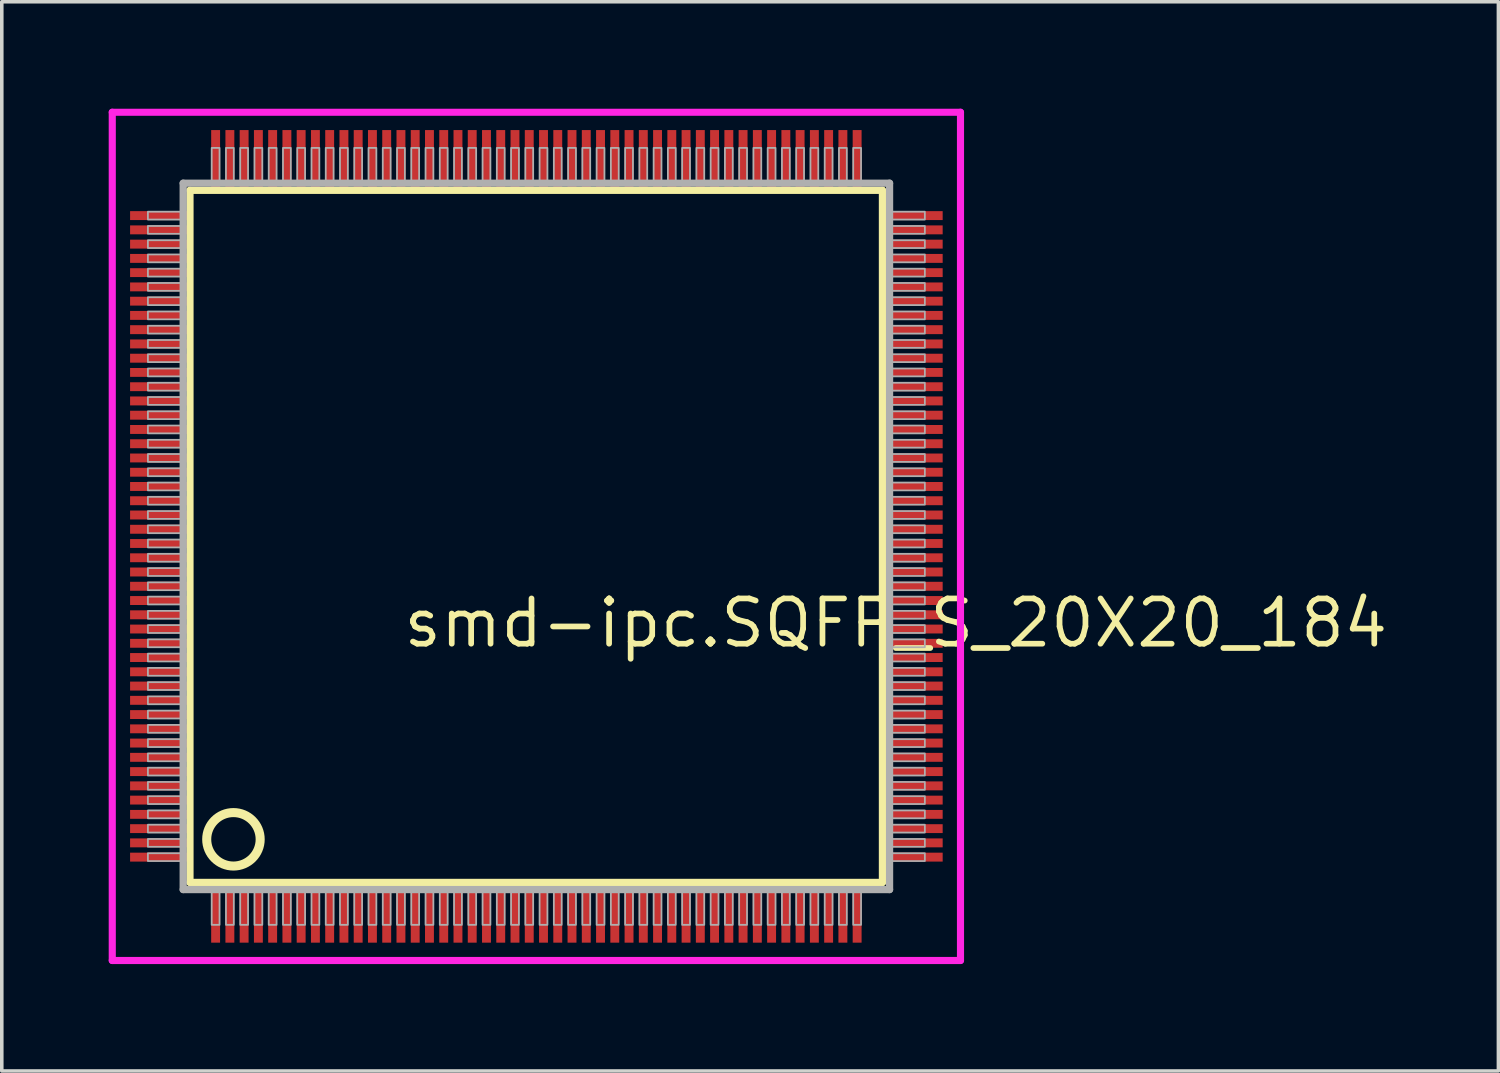
<source format=kicad_pcb>
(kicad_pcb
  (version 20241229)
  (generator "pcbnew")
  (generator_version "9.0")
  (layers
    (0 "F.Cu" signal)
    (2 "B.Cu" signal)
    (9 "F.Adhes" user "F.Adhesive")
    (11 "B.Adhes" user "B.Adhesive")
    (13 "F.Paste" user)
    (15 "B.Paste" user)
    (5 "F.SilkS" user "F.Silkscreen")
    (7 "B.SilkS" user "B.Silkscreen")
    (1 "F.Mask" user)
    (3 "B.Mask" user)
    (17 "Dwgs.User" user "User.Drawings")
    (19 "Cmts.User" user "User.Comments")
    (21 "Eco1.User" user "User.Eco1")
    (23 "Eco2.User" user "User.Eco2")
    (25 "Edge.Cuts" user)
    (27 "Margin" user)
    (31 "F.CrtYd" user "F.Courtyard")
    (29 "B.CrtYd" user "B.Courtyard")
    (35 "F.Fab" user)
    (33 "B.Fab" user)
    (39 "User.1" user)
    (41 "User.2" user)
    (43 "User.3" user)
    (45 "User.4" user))
  (footprint "smd-ipc.SQFP_S_20X20_184"
    (layer "F.Cu")
    (at 12 12)
    (property "Reference" "smd-ipc.SQFP_S_20X20_184" (at -3.81 3.175 0) (layer "F.SilkS") (effects (font (size 1.27 1.27) (thickness 0.16)) (justify left bottom)))
    (attr smd)
    (fp_line (start -9.72 -9.71) (end 9.71 -9.71) (stroke (width 0.203) (type default)) (layer "F.SilkS"))
    (fp_line (start -9.72 9.71) (end -9.72 -9.71) (stroke (width 0.203) (type default)) (layer "F.SilkS"))
    (fp_line (start 9.71 -9.71) (end 9.71 9.71) (stroke (width 0.203) (type default)) (layer "F.SilkS"))
    (fp_line (start 9.71 9.71) (end -9.72 9.71) (stroke (width 0.203) (type default)) (layer "F.SilkS"))
    (fp_circle (center -8.5 8.5) (end -7.75 8.5) (stroke (width 0.254) (type default)) (fill no) (layer "F.SilkS"))
    (fp_line (start -11.9 -11.9) (end 11.9 -11.9) (stroke (width 0.2) (type default)) (layer "F.CrtYd"))
    (fp_line (start -11.9 11.9) (end -11.9 -11.9) (stroke (width 0.2) (type default)) (layer "F.CrtYd"))
    (fp_line (start 11.9 -11.9) (end 11.9 11.9) (stroke (width 0.2) (type default)) (layer "F.CrtYd"))
    (fp_line (start 11.9 11.9) (end -11.9 11.9) (stroke (width 0.2) (type default)) (layer "F.CrtYd"))
    (fp_line (start -9.91 -9.91) (end -9.91 9.91) (stroke (width 0.203) (type default)) (layer "F.Fab"))
    (fp_line (start -9.91 9.91) (end 9.91 9.91) (stroke (width 0.203) (type default)) (layer "F.Fab"))
    (fp_line (start 9.91 -9.91) (end -9.91 -9.91) (stroke (width 0.203) (type default)) (layer "F.Fab"))
    (fp_line (start 9.91 9.91) (end 9.91 -9.91) (stroke (width 0.203) (type default)) (layer "F.Fab"))
    (fp_rect (start -10.9 -8.89) (end -9.95 -9.11) (stroke (width 0.05) (type default)) (fill no) (layer "F.Fab"))
    (fp_rect (start -10.9 -8.49) (end -9.95 -8.71) (stroke (width 0.05) (type default)) (fill no) (layer "F.Fab"))
    (fp_rect (start -10.9 -8.09) (end -9.95 -8.31) (stroke (width 0.05) (type default)) (fill no) (layer "F.Fab"))
    (fp_rect (start -10.9 -7.69) (end -9.95 -7.91) (stroke (width 0.05) (type default)) (fill no) (layer "F.Fab"))
    (fp_rect (start -10.9 -7.29) (end -9.95 -7.51) (stroke (width 0.05) (type default)) (fill no) (layer "F.Fab"))
    (fp_rect (start -10.9 -6.89) (end -9.95 -7.11) (stroke (width 0.05) (type default)) (fill no) (layer "F.Fab"))
    (fp_rect (start -10.9 -6.49) (end -9.95 -6.71) (stroke (width 0.05) (type default)) (fill no) (layer "F.Fab"))
    (fp_rect (start -10.9 -6.09) (end -9.95 -6.31) (stroke (width 0.05) (type default)) (fill no) (layer "F.Fab"))
    (fp_rect (start -10.9 -5.69) (end -9.95 -5.91) (stroke (width 0.05) (type default)) (fill no) (layer "F.Fab"))
    (fp_rect (start -10.9 -5.29) (end -9.95 -5.51) (stroke (width 0.05) (type default)) (fill no) (layer "F.Fab"))
    (fp_rect (start -10.9 -4.89) (end -9.95 -5.11) (stroke (width 0.05) (type default)) (fill no) (layer "F.Fab"))
    (fp_rect (start -10.9 -4.49) (end -9.95 -4.71) (stroke (width 0.05) (type default)) (fill no) (layer "F.Fab"))
    (fp_rect (start -10.9 -4.09) (end -9.95 -4.31) (stroke (width 0.05) (type default)) (fill no) (layer "F.Fab"))
    (fp_rect (start -10.9 -3.69) (end -9.95 -3.91) (stroke (width 0.05) (type default)) (fill no) (layer "F.Fab"))
    (fp_rect (start -10.9 -3.29) (end -9.95 -3.51) (stroke (width 0.05) (type default)) (fill no) (layer "F.Fab"))
    (fp_rect (start -10.9 -2.89) (end -9.95 -3.11) (stroke (width 0.05) (type default)) (fill no) (layer "F.Fab"))
    (fp_rect (start -10.9 -2.49) (end -9.95 -2.71) (stroke (width 0.05) (type default)) (fill no) (layer "F.Fab"))
    (fp_rect (start -10.9 -2.09) (end -9.95 -2.31) (stroke (width 0.05) (type default)) (fill no) (layer "F.Fab"))
    (fp_rect (start -10.9 -1.69) (end -9.95 -1.91) (stroke (width 0.05) (type default)) (fill no) (layer "F.Fab"))
    (fp_rect (start -10.9 -1.29) (end -9.95 -1.51) (stroke (width 0.05) (type default)) (fill no) (layer "F.Fab"))
    (fp_rect (start -10.9 -0.89) (end -9.95 -1.11) (stroke (width 0.05) (type default)) (fill no) (layer "F.Fab"))
    (fp_rect (start -10.9 -0.49) (end -9.95 -0.71) (stroke (width 0.05) (type default)) (fill no) (layer "F.Fab"))
    (fp_rect (start -10.9 -0.09) (end -9.95 -0.31) (stroke (width 0.05) (type default)) (fill no) (layer "F.Fab"))
    (fp_rect (start -10.9 0.31) (end -9.95 0.09) (stroke (width 0.05) (type default)) (fill no) (layer "F.Fab"))
    (fp_rect (start -10.9 0.71) (end -9.95 0.49) (stroke (width 0.05) (type default)) (fill no) (layer "F.Fab"))
    (fp_rect (start -10.9 1.11) (end -9.95 0.89) (stroke (width 0.05) (type default)) (fill no) (layer "F.Fab"))
    (fp_rect (start -10.9 1.51) (end -9.95 1.29) (stroke (width 0.05) (type default)) (fill no) (layer "F.Fab"))
    (fp_rect (start -10.9 1.91) (end -9.95 1.69) (stroke (width 0.05) (type default)) (fill no) (layer "F.Fab"))
    (fp_rect (start -10.9 2.31) (end -9.95 2.09) (stroke (width 0.05) (type default)) (fill no) (layer "F.Fab"))
    (fp_rect (start -10.9 2.71) (end -9.95 2.49) (stroke (width 0.05) (type default)) (fill no) (layer "F.Fab"))
    (fp_rect (start -10.9 3.11) (end -9.95 2.89) (stroke (width 0.05) (type default)) (fill no) (layer "F.Fab"))
    (fp_rect (start -10.9 3.51) (end -9.95 3.29) (stroke (width 0.05) (type default)) (fill no) (layer "F.Fab"))
    (fp_rect (start -10.9 3.91) (end -9.95 3.69) (stroke (width 0.05) (type default)) (fill no) (layer "F.Fab"))
    (fp_rect (start -10.9 4.31) (end -9.95 4.09) (stroke (width 0.05) (type default)) (fill no) (layer "F.Fab"))
    (fp_rect (start -10.9 4.71) (end -9.95 4.49) (stroke (width 0.05) (type default)) (fill no) (layer "F.Fab"))
    (fp_rect (start -10.9 5.11) (end -9.95 4.89) (stroke (width 0.05) (type default)) (fill no) (layer "F.Fab"))
    (fp_rect (start -10.9 5.51) (end -9.95 5.29) (stroke (width 0.05) (type default)) (fill no) (layer "F.Fab"))
    (fp_rect (start -10.9 5.91) (end -9.95 5.69) (stroke (width 0.05) (type default)) (fill no) (layer "F.Fab"))
    (fp_rect (start -10.9 6.31) (end -9.95 6.09) (stroke (width 0.05) (type default)) (fill no) (layer "F.Fab"))
    (fp_rect (start -10.9 6.71) (end -9.95 6.49) (stroke (width 0.05) (type default)) (fill no) (layer "F.Fab"))
    (fp_rect (start -10.9 7.11) (end -9.95 6.89) (stroke (width 0.05) (type default)) (fill no) (layer "F.Fab"))
    (fp_rect (start -10.9 7.51) (end -9.95 7.29) (stroke (width 0.05) (type default)) (fill no) (layer "F.Fab"))
    (fp_rect (start -10.9 7.91) (end -9.95 7.69) (stroke (width 0.05) (type default)) (fill no) (layer "F.Fab"))
    (fp_rect (start -10.9 8.31) (end -9.95 8.09) (stroke (width 0.05) (type default)) (fill no) (layer "F.Fab"))
    (fp_rect (start -10.9 8.71) (end -9.95 8.49) (stroke (width 0.05) (type default)) (fill no) (layer "F.Fab"))
    (fp_rect (start -10.9 9.11) (end -9.95 8.89) (stroke (width 0.05) (type default)) (fill no) (layer "F.Fab"))
    (fp_rect (start -9.11 -9.95) (end -8.89 -10.9) (stroke (width 0.05) (type default)) (fill no) (layer "F.Fab"))
    (fp_rect (start -9.11 10.9) (end -8.89 9.95) (stroke (width 0.05) (type default)) (fill no) (layer "F.Fab"))
    (fp_rect (start -8.71 -9.95) (end -8.49 -10.9) (stroke (width 0.05) (type default)) (fill no) (layer "F.Fab"))
    (fp_rect (start -8.71 10.9) (end -8.49 9.95) (stroke (width 0.05) (type default)) (fill no) (layer "F.Fab"))
    (fp_rect (start -8.31 -9.95) (end -8.09 -10.9) (stroke (width 0.05) (type default)) (fill no) (layer "F.Fab"))
    (fp_rect (start -8.31 10.9) (end -8.09 9.95) (stroke (width 0.05) (type default)) (fill no) (layer "F.Fab"))
    (fp_rect (start -7.91 -9.95) (end -7.69 -10.9) (stroke (width 0.05) (type default)) (fill no) (layer "F.Fab"))
    (fp_rect (start -7.91 10.9) (end -7.69 9.95) (stroke (width 0.05) (type default)) (fill no) (layer "F.Fab"))
    (fp_rect (start -7.51 -9.95) (end -7.29 -10.9) (stroke (width 0.05) (type default)) (fill no) (layer "F.Fab"))
    (fp_rect (start -7.51 10.9) (end -7.29 9.95) (stroke (width 0.05) (type default)) (fill no) (layer "F.Fab"))
    (fp_rect (start -7.11 -9.95) (end -6.89 -10.9) (stroke (width 0.05) (type default)) (fill no) (layer "F.Fab"))
    (fp_rect (start -7.11 10.9) (end -6.89 9.95) (stroke (width 0.05) (type default)) (fill no) (layer "F.Fab"))
    (fp_rect (start -6.71 -9.95) (end -6.49 -10.9) (stroke (width 0.05) (type default)) (fill no) (layer "F.Fab"))
    (fp_rect (start -6.71 10.9) (end -6.49 9.95) (stroke (width 0.05) (type default)) (fill no) (layer "F.Fab"))
    (fp_rect (start -6.31 -9.95) (end -6.09 -10.9) (stroke (width 0.05) (type default)) (fill no) (layer "F.Fab"))
    (fp_rect (start -6.31 10.9) (end -6.09 9.95) (stroke (width 0.05) (type default)) (fill no) (layer "F.Fab"))
    (fp_rect (start -5.91 -9.95) (end -5.69 -10.9) (stroke (width 0.05) (type default)) (fill no) (layer "F.Fab"))
    (fp_rect (start -5.91 10.9) (end -5.69 9.95) (stroke (width 0.05) (type default)) (fill no) (layer "F.Fab"))
    (fp_rect (start -5.51 -9.95) (end -5.29 -10.9) (stroke (width 0.05) (type default)) (fill no) (layer "F.Fab"))
    (fp_rect (start -5.51 10.9) (end -5.29 9.95) (stroke (width 0.05) (type default)) (fill no) (layer "F.Fab"))
    (fp_rect (start -5.11 -9.95) (end -4.89 -10.9) (stroke (width 0.05) (type default)) (fill no) (layer "F.Fab"))
    (fp_rect (start -5.11 10.9) (end -4.89 9.95) (stroke (width 0.05) (type default)) (fill no) (layer "F.Fab"))
    (fp_rect (start -4.71 -9.95) (end -4.49 -10.9) (stroke (width 0.05) (type default)) (fill no) (layer "F.Fab"))
    (fp_rect (start -4.71 10.9) (end -4.49 9.95) (stroke (width 0.05) (type default)) (fill no) (layer "F.Fab"))
    (fp_rect (start -4.31 -9.95) (end -4.09 -10.9) (stroke (width 0.05) (type default)) (fill no) (layer "F.Fab"))
    (fp_rect (start -4.31 10.9) (end -4.09 9.95) (stroke (width 0.05) (type default)) (fill no) (layer "F.Fab"))
    (fp_rect (start -3.91 -9.95) (end -3.69 -10.9) (stroke (width 0.05) (type default)) (fill no) (layer "F.Fab"))
    (fp_rect (start -3.91 10.9) (end -3.69 9.95) (stroke (width 0.05) (type default)) (fill no) (layer "F.Fab"))
    (fp_rect (start -3.51 -9.95) (end -3.29 -10.9) (stroke (width 0.05) (type default)) (fill no) (layer "F.Fab"))
    (fp_rect (start -3.51 10.9) (end -3.29 9.95) (stroke (width 0.05) (type default)) (fill no) (layer "F.Fab"))
    (fp_rect (start -3.11 -9.95) (end -2.89 -10.9) (stroke (width 0.05) (type default)) (fill no) (layer "F.Fab"))
    (fp_rect (start -3.11 10.9) (end -2.89 9.95) (stroke (width 0.05) (type default)) (fill no) (layer "F.Fab"))
    (fp_rect (start -2.71 -9.95) (end -2.49 -10.9) (stroke (width 0.05) (type default)) (fill no) (layer "F.Fab"))
    (fp_rect (start -2.71 10.9) (end -2.49 9.95) (stroke (width 0.05) (type default)) (fill no) (layer "F.Fab"))
    (fp_rect (start -2.31 -9.95) (end -2.09 -10.9) (stroke (width 0.05) (type default)) (fill no) (layer "F.Fab"))
    (fp_rect (start -2.31 10.9) (end -2.09 9.95) (stroke (width 0.05) (type default)) (fill no) (layer "F.Fab"))
    (fp_rect (start -1.91 -9.95) (end -1.69 -10.9) (stroke (width 0.05) (type default)) (fill no) (layer "F.Fab"))
    (fp_rect (start -1.91 10.9) (end -1.69 9.95) (stroke (width 0.05) (type default)) (fill no) (layer "F.Fab"))
    (fp_rect (start -1.51 -9.95) (end -1.29 -10.9) (stroke (width 0.05) (type default)) (fill no) (layer "F.Fab"))
    (fp_rect (start -1.51 10.9) (end -1.29 9.95) (stroke (width 0.05) (type default)) (fill no) (layer "F.Fab"))
    (fp_rect (start -1.11 -9.95) (end -0.89 -10.9) (stroke (width 0.05) (type default)) (fill no) (layer "F.Fab"))
    (fp_rect (start -1.11 10.9) (end -0.89 9.95) (stroke (width 0.05) (type default)) (fill no) (layer "F.Fab"))
    (fp_rect (start -0.71 -9.95) (end -0.49 -10.9) (stroke (width 0.05) (type default)) (fill no) (layer "F.Fab"))
    (fp_rect (start -0.71 10.9) (end -0.49 9.95) (stroke (width 0.05) (type default)) (fill no) (layer "F.Fab"))
    (fp_rect (start -0.31 -9.95) (end -0.09 -10.9) (stroke (width 0.05) (type default)) (fill no) (layer "F.Fab"))
    (fp_rect (start -0.31 10.9) (end -0.09 9.95) (stroke (width 0.05) (type default)) (fill no) (layer "F.Fab"))
    (fp_rect (start 0.09 -9.95) (end 0.31 -10.9) (stroke (width 0.05) (type default)) (fill no) (layer "F.Fab"))
    (fp_rect (start 0.09 10.9) (end 0.31 9.95) (stroke (width 0.05) (type default)) (fill no) (layer "F.Fab"))
    (fp_rect (start 0.49 -9.95) (end 0.71 -10.9) (stroke (width 0.05) (type default)) (fill no) (layer "F.Fab"))
    (fp_rect (start 0.49 10.9) (end 0.71 9.95) (stroke (width 0.05) (type default)) (fill no) (layer "F.Fab"))
    (fp_rect (start 0.89 -9.95) (end 1.11 -10.9) (stroke (width 0.05) (type default)) (fill no) (layer "F.Fab"))
    (fp_rect (start 0.89 10.9) (end 1.11 9.95) (stroke (width 0.05) (type default)) (fill no) (layer "F.Fab"))
    (fp_rect (start 1.29 -9.95) (end 1.51 -10.9) (stroke (width 0.05) (type default)) (fill no) (layer "F.Fab"))
    (fp_rect (start 1.29 10.9) (end 1.51 9.95) (stroke (width 0.05) (type default)) (fill no) (layer "F.Fab"))
    (fp_rect (start 1.69 -9.95) (end 1.91 -10.9) (stroke (width 0.05) (type default)) (fill no) (layer "F.Fab"))
    (fp_rect (start 1.69 10.9) (end 1.91 9.95) (stroke (width 0.05) (type default)) (fill no) (layer "F.Fab"))
    (fp_rect (start 2.09 -9.95) (end 2.31 -10.9) (stroke (width 0.05) (type default)) (fill no) (layer "F.Fab"))
    (fp_rect (start 2.09 10.9) (end 2.31 9.95) (stroke (width 0.05) (type default)) (fill no) (layer "F.Fab"))
    (fp_rect (start 2.49 -9.95) (end 2.71 -10.9) (stroke (width 0.05) (type default)) (fill no) (layer "F.Fab"))
    (fp_rect (start 2.49 10.9) (end 2.71 9.95) (stroke (width 0.05) (type default)) (fill no) (layer "F.Fab"))
    (fp_rect (start 2.89 -9.95) (end 3.11 -10.9) (stroke (width 0.05) (type default)) (fill no) (layer "F.Fab"))
    (fp_rect (start 2.89 10.9) (end 3.11 9.95) (stroke (width 0.05) (type default)) (fill no) (layer "F.Fab"))
    (fp_rect (start 3.29 -9.95) (end 3.51 -10.9) (stroke (width 0.05) (type default)) (fill no) (layer "F.Fab"))
    (fp_rect (start 3.29 10.9) (end 3.51 9.95) (stroke (width 0.05) (type default)) (fill no) (layer "F.Fab"))
    (fp_rect (start 3.69 -9.95) (end 3.91 -10.9) (stroke (width 0.05) (type default)) (fill no) (layer "F.Fab"))
    (fp_rect (start 3.69 10.9) (end 3.91 9.95) (stroke (width 0.05) (type default)) (fill no) (layer "F.Fab"))
    (fp_rect (start 4.09 -9.95) (end 4.31 -10.9) (stroke (width 0.05) (type default)) (fill no) (layer "F.Fab"))
    (fp_rect (start 4.09 10.9) (end 4.31 9.95) (stroke (width 0.05) (type default)) (fill no) (layer "F.Fab"))
    (fp_rect (start 4.49 -9.95) (end 4.71 -10.9) (stroke (width 0.05) (type default)) (fill no) (layer "F.Fab"))
    (fp_rect (start 4.49 10.9) (end 4.71 9.95) (stroke (width 0.05) (type default)) (fill no) (layer "F.Fab"))
    (fp_rect (start 4.89 -9.95) (end 5.11 -10.9) (stroke (width 0.05) (type default)) (fill no) (layer "F.Fab"))
    (fp_rect (start 4.89 10.9) (end 5.11 9.95) (stroke (width 0.05) (type default)) (fill no) (layer "F.Fab"))
    (fp_rect (start 5.29 -9.95) (end 5.51 -10.9) (stroke (width 0.05) (type default)) (fill no) (layer "F.Fab"))
    (fp_rect (start 5.29 10.9) (end 5.51 9.95) (stroke (width 0.05) (type default)) (fill no) (layer "F.Fab"))
    (fp_rect (start 5.69 -9.95) (end 5.91 -10.9) (stroke (width 0.05) (type default)) (fill no) (layer "F.Fab"))
    (fp_rect (start 5.69 10.9) (end 5.91 9.95) (stroke (width 0.05) (type default)) (fill no) (layer "F.Fab"))
    (fp_rect (start 6.09 -9.95) (end 6.31 -10.9) (stroke (width 0.05) (type default)) (fill no) (layer "F.Fab"))
    (fp_rect (start 6.09 10.9) (end 6.31 9.95) (stroke (width 0.05) (type default)) (fill no) (layer "F.Fab"))
    (fp_rect (start 6.49 -9.95) (end 6.71 -10.9) (stroke (width 0.05) (type default)) (fill no) (layer "F.Fab"))
    (fp_rect (start 6.49 10.9) (end 6.71 9.95) (stroke (width 0.05) (type default)) (fill no) (layer "F.Fab"))
    (fp_rect (start 6.89 -9.95) (end 7.11 -10.9) (stroke (width 0.05) (type default)) (fill no) (layer "F.Fab"))
    (fp_rect (start 6.89 10.9) (end 7.11 9.95) (stroke (width 0.05) (type default)) (fill no) (layer "F.Fab"))
    (fp_rect (start 7.29 -9.95) (end 7.51 -10.9) (stroke (width 0.05) (type default)) (fill no) (layer "F.Fab"))
    (fp_rect (start 7.29 10.9) (end 7.51 9.95) (stroke (width 0.05) (type default)) (fill no) (layer "F.Fab"))
    (fp_rect (start 7.69 -9.95) (end 7.91 -10.9) (stroke (width 0.05) (type default)) (fill no) (layer "F.Fab"))
    (fp_rect (start 7.69 10.9) (end 7.91 9.95) (stroke (width 0.05) (type default)) (fill no) (layer "F.Fab"))
    (fp_rect (start 8.09 -9.95) (end 8.31 -10.9) (stroke (width 0.05) (type default)) (fill no) (layer "F.Fab"))
    (fp_rect (start 8.09 10.9) (end 8.31 9.95) (stroke (width 0.05) (type default)) (fill no) (layer "F.Fab"))
    (fp_rect (start 8.49 -9.95) (end 8.71 -10.9) (stroke (width 0.05) (type default)) (fill no) (layer "F.Fab"))
    (fp_rect (start 8.49 10.9) (end 8.71 9.95) (stroke (width 0.05) (type default)) (fill no) (layer "F.Fab"))
    (fp_rect (start 8.89 -9.95) (end 9.11 -10.9) (stroke (width 0.05) (type default)) (fill no) (layer "F.Fab"))
    (fp_rect (start 8.89 10.9) (end 9.11 9.95) (stroke (width 0.05) (type default)) (fill no) (layer "F.Fab"))
    (fp_rect (start 9.95 -8.89) (end 10.9 -9.11) (stroke (width 0.05) (type default)) (fill no) (layer "F.Fab"))
    (fp_rect (start 9.95 -8.49) (end 10.9 -8.71) (stroke (width 0.05) (type default)) (fill no) (layer "F.Fab"))
    (fp_rect (start 9.95 -8.09) (end 10.9 -8.31) (stroke (width 0.05) (type default)) (fill no) (layer "F.Fab"))
    (fp_rect (start 9.95 -7.69) (end 10.9 -7.91) (stroke (width 0.05) (type default)) (fill no) (layer "F.Fab"))
    (fp_rect (start 9.95 -7.29) (end 10.9 -7.51) (stroke (width 0.05) (type default)) (fill no) (layer "F.Fab"))
    (fp_rect (start 9.95 -6.89) (end 10.9 -7.11) (stroke (width 0.05) (type default)) (fill no) (layer "F.Fab"))
    (fp_rect (start 9.95 -6.49) (end 10.9 -6.71) (stroke (width 0.05) (type default)) (fill no) (layer "F.Fab"))
    (fp_rect (start 9.95 -6.09) (end 10.9 -6.31) (stroke (width 0.05) (type default)) (fill no) (layer "F.Fab"))
    (fp_rect (start 9.95 -5.69) (end 10.9 -5.91) (stroke (width 0.05) (type default)) (fill no) (layer "F.Fab"))
    (fp_rect (start 9.95 -5.29) (end 10.9 -5.51) (stroke (width 0.05) (type default)) (fill no) (layer "F.Fab"))
    (fp_rect (start 9.95 -4.89) (end 10.9 -5.11) (stroke (width 0.05) (type default)) (fill no) (layer "F.Fab"))
    (fp_rect (start 9.95 -4.49) (end 10.9 -4.71) (stroke (width 0.05) (type default)) (fill no) (layer "F.Fab"))
    (fp_rect (start 9.95 -4.09) (end 10.9 -4.31) (stroke (width 0.05) (type default)) (fill no) (layer "F.Fab"))
    (fp_rect (start 9.95 -3.69) (end 10.9 -3.91) (stroke (width 0.05) (type default)) (fill no) (layer "F.Fab"))
    (fp_rect (start 9.95 -3.29) (end 10.9 -3.51) (stroke (width 0.05) (type default)) (fill no) (layer "F.Fab"))
    (fp_rect (start 9.95 -2.89) (end 10.9 -3.11) (stroke (width 0.05) (type default)) (fill no) (layer "F.Fab"))
    (fp_rect (start 9.95 -2.49) (end 10.9 -2.71) (stroke (width 0.05) (type default)) (fill no) (layer "F.Fab"))
    (fp_rect (start 9.95 -2.09) (end 10.9 -2.31) (stroke (width 0.05) (type default)) (fill no) (layer "F.Fab"))
    (fp_rect (start 9.95 -1.69) (end 10.9 -1.91) (stroke (width 0.05) (type default)) (fill no) (layer "F.Fab"))
    (fp_rect (start 9.95 -1.29) (end 10.9 -1.51) (stroke (width 0.05) (type default)) (fill no) (layer "F.Fab"))
    (fp_rect (start 9.95 -0.89) (end 10.9 -1.11) (stroke (width 0.05) (type default)) (fill no) (layer "F.Fab"))
    (fp_rect (start 9.95 -0.49) (end 10.9 -0.71) (stroke (width 0.05) (type default)) (fill no) (layer "F.Fab"))
    (fp_rect (start 9.95 -0.09) (end 10.9 -0.31) (stroke (width 0.05) (type default)) (fill no) (layer "F.Fab"))
    (fp_rect (start 9.95 0.31) (end 10.9 0.09) (stroke (width 0.05) (type default)) (fill no) (layer "F.Fab"))
    (fp_rect (start 9.95 0.71) (end 10.9 0.49) (stroke (width 0.05) (type default)) (fill no) (layer "F.Fab"))
    (fp_rect (start 9.95 1.11) (end 10.9 0.89) (stroke (width 0.05) (type default)) (fill no) (layer "F.Fab"))
    (fp_rect (start 9.95 1.51) (end 10.9 1.29) (stroke (width 0.05) (type default)) (fill no) (layer "F.Fab"))
    (fp_rect (start 9.95 1.91) (end 10.9 1.69) (stroke (width 0.05) (type default)) (fill no) (layer "F.Fab"))
    (fp_rect (start 9.95 2.31) (end 10.9 2.09) (stroke (width 0.05) (type default)) (fill no) (layer "F.Fab"))
    (fp_rect (start 9.95 2.71) (end 10.9 2.49) (stroke (width 0.05) (type default)) (fill no) (layer "F.Fab"))
    (fp_rect (start 9.95 3.11) (end 10.9 2.89) (stroke (width 0.05) (type default)) (fill no) (layer "F.Fab"))
    (fp_rect (start 9.95 3.51) (end 10.9 3.29) (stroke (width 0.05) (type default)) (fill no) (layer "F.Fab"))
    (fp_rect (start 9.95 3.91) (end 10.9 3.69) (stroke (width 0.05) (type default)) (fill no) (layer "F.Fab"))
    (fp_rect (start 9.95 4.31) (end 10.9 4.09) (stroke (width 0.05) (type default)) (fill no) (layer "F.Fab"))
    (fp_rect (start 9.95 4.71) (end 10.9 4.49) (stroke (width 0.05) (type default)) (fill no) (layer "F.Fab"))
    (fp_rect (start 9.95 5.11) (end 10.9 4.89) (stroke (width 0.05) (type default)) (fill no) (layer "F.Fab"))
    (fp_rect (start 9.95 5.51) (end 10.9 5.29) (stroke (width 0.05) (type default)) (fill no) (layer "F.Fab"))
    (fp_rect (start 9.95 5.91) (end 10.9 5.69) (stroke (width 0.05) (type default)) (fill no) (layer "F.Fab"))
    (fp_rect (start 9.95 6.31) (end 10.9 6.09) (stroke (width 0.05) (type default)) (fill no) (layer "F.Fab"))
    (fp_rect (start 9.95 6.71) (end 10.9 6.49) (stroke (width 0.05) (type default)) (fill no) (layer "F.Fab"))
    (fp_rect (start 9.95 7.11) (end 10.9 6.89) (stroke (width 0.05) (type default)) (fill no) (layer "F.Fab"))
    (fp_rect (start 9.95 7.51) (end 10.9 7.29) (stroke (width 0.05) (type default)) (fill no) (layer "F.Fab"))
    (fp_rect (start 9.95 7.91) (end 10.9 7.69) (stroke (width 0.05) (type default)) (fill no) (layer "F.Fab"))
    (fp_rect (start 9.95 8.31) (end 10.9 8.09) (stroke (width 0.05) (type default)) (fill no) (layer "F.Fab"))
    (fp_rect (start 9.95 8.71) (end 10.9 8.49) (stroke (width 0.05) (type default)) (fill no) (layer "F.Fab"))
    (fp_rect (start 9.95 9.11) (end 10.9 8.89) (stroke (width 0.05) (type default)) (fill no) (layer "F.Fab"))
    (pad "1" smd roundrect (at -9 10.6) (size 0.25 1.6) (layers "F.Cu" "F.Mask" "F.Paste") (roundrect_rratio 0.01))
    (pad "2" smd roundrect (at -8.6 10.6) (size 0.25 1.6) (layers "F.Cu" "F.Mask" "F.Paste") (roundrect_rratio 0.01))
    (pad "3" smd roundrect (at -8.2 10.6) (size 0.25 1.6) (layers "F.Cu" "F.Mask" "F.Paste") (roundrect_rratio 0.01))
    (pad "4" smd roundrect (at -7.8 10.6) (size 0.25 1.6) (layers "F.Cu" "F.Mask" "F.Paste") (roundrect_rratio 0.01))
    (pad "5" smd roundrect (at -7.4 10.6) (size 0.25 1.6) (layers "F.Cu" "F.Mask" "F.Paste") (roundrect_rratio 0.01))
    (pad "6" smd roundrect (at -7 10.6) (size 0.25 1.6) (layers "F.Cu" "F.Mask" "F.Paste") (roundrect_rratio 0.01))
    (pad "7" smd roundrect (at -6.6 10.6) (size 0.25 1.6) (layers "F.Cu" "F.Mask" "F.Paste") (roundrect_rratio 0.01))
    (pad "8" smd roundrect (at -6.2 10.6) (size 0.25 1.6) (layers "F.Cu" "F.Mask" "F.Paste") (roundrect_rratio 0.01))
    (pad "9" smd roundrect (at -5.8 10.6) (size 0.25 1.6) (layers "F.Cu" "F.Mask" "F.Paste") (roundrect_rratio 0.01))
    (pad "10" smd roundrect (at -5.4 10.6) (size 0.25 1.6) (layers "F.Cu" "F.Mask" "F.Paste") (roundrect_rratio 0.01))
    (pad "11" smd roundrect (at -5 10.6) (size 0.25 1.6) (layers "F.Cu" "F.Mask" "F.Paste") (roundrect_rratio 0.01))
    (pad "12" smd roundrect (at -4.6 10.6) (size 0.25 1.6) (layers "F.Cu" "F.Mask" "F.Paste") (roundrect_rratio 0.01))
    (pad "13" smd roundrect (at -4.2 10.6) (size 0.25 1.6) (layers "F.Cu" "F.Mask" "F.Paste") (roundrect_rratio 0.01))
    (pad "14" smd roundrect (at -3.8 10.6) (size 0.25 1.6) (layers "F.Cu" "F.Mask" "F.Paste") (roundrect_rratio 0.01))
    (pad "15" smd roundrect (at -3.4 10.6) (size 0.25 1.6) (layers "F.Cu" "F.Mask" "F.Paste") (roundrect_rratio 0.01))
    (pad "16" smd roundrect (at -3 10.6) (size 0.25 1.6) (layers "F.Cu" "F.Mask" "F.Paste") (roundrect_rratio 0.01))
    (pad "17" smd roundrect (at -2.6 10.6) (size 0.25 1.6) (layers "F.Cu" "F.Mask" "F.Paste") (roundrect_rratio 0.01))
    (pad "18" smd roundrect (at -2.2 10.6) (size 0.25 1.6) (layers "F.Cu" "F.Mask" "F.Paste") (roundrect_rratio 0.01))
    (pad "19" smd roundrect (at -1.8 10.6) (size 0.25 1.6) (layers "F.Cu" "F.Mask" "F.Paste") (roundrect_rratio 0.01))
    (pad "20" smd roundrect (at -1.4 10.6) (size 0.25 1.6) (layers "F.Cu" "F.Mask" "F.Paste") (roundrect_rratio 0.01))
    (pad "21" smd roundrect (at -1 10.6) (size 0.25 1.6) (layers "F.Cu" "F.Mask" "F.Paste") (roundrect_rratio 0.01))
    (pad "22" smd roundrect (at -0.6 10.6) (size 0.25 1.6) (layers "F.Cu" "F.Mask" "F.Paste") (roundrect_rratio 0.01))
    (pad "23" smd roundrect (at -0.2 10.6) (size 0.25 1.6) (layers "F.Cu" "F.Mask" "F.Paste") (roundrect_rratio 0.01))
    (pad "24" smd roundrect (at 0.2 10.6) (size 0.25 1.6) (layers "F.Cu" "F.Mask" "F.Paste") (roundrect_rratio 0.01))
    (pad "25" smd roundrect (at 0.6 10.6) (size 0.25 1.6) (layers "F.Cu" "F.Mask" "F.Paste") (roundrect_rratio 0.01))
    (pad "26" smd roundrect (at 1 10.6) (size 0.25 1.6) (layers "F.Cu" "F.Mask" "F.Paste") (roundrect_rratio 0.01))
    (pad "27" smd roundrect (at 1.4 10.6) (size 0.25 1.6) (layers "F.Cu" "F.Mask" "F.Paste") (roundrect_rratio 0.01))
    (pad "28" smd roundrect (at 1.8 10.6) (size 0.25 1.6) (layers "F.Cu" "F.Mask" "F.Paste") (roundrect_rratio 0.01))
    (pad "29" smd roundrect (at 2.2 10.6) (size 0.25 1.6) (layers "F.Cu" "F.Mask" "F.Paste") (roundrect_rratio 0.01))
    (pad "30" smd roundrect (at 2.6 10.6) (size 0.25 1.6) (layers "F.Cu" "F.Mask" "F.Paste") (roundrect_rratio 0.01))
    (pad "31" smd roundrect (at 3 10.6) (size 0.25 1.6) (layers "F.Cu" "F.Mask" "F.Paste") (roundrect_rratio 0.01))
    (pad "32" smd roundrect (at 3.4 10.6) (size 0.25 1.6) (layers "F.Cu" "F.Mask" "F.Paste") (roundrect_rratio 0.01))
    (pad "33" smd roundrect (at 3.8 10.6) (size 0.25 1.6) (layers "F.Cu" "F.Mask" "F.Paste") (roundrect_rratio 0.01))
    (pad "34" smd roundrect (at 4.2 10.6) (size 0.25 1.6) (layers "F.Cu" "F.Mask" "F.Paste") (roundrect_rratio 0.01))
    (pad "35" smd roundrect (at 4.6 10.6) (size 0.25 1.6) (layers "F.Cu" "F.Mask" "F.Paste") (roundrect_rratio 0.01))
    (pad "36" smd roundrect (at 5 10.6) (size 0.25 1.6) (layers "F.Cu" "F.Mask" "F.Paste") (roundrect_rratio 0.01))
    (pad "37" smd roundrect (at 5.4 10.6) (size 0.25 1.6) (layers "F.Cu" "F.Mask" "F.Paste") (roundrect_rratio 0.01))
    (pad "38" smd roundrect (at 5.8 10.6) (size 0.25 1.6) (layers "F.Cu" "F.Mask" "F.Paste") (roundrect_rratio 0.01))
    (pad "39" smd roundrect (at 6.2 10.6) (size 0.25 1.6) (layers "F.Cu" "F.Mask" "F.Paste") (roundrect_rratio 0.01))
    (pad "40" smd roundrect (at 6.6 10.6) (size 0.25 1.6) (layers "F.Cu" "F.Mask" "F.Paste") (roundrect_rratio 0.01))
    (pad "41" smd roundrect (at 7 10.6) (size 0.25 1.6) (layers "F.Cu" "F.Mask" "F.Paste") (roundrect_rratio 0.01))
    (pad "42" smd roundrect (at 7.4 10.6) (size 0.25 1.6) (layers "F.Cu" "F.Mask" "F.Paste") (roundrect_rratio 0.01))
    (pad "43" smd roundrect (at 7.8 10.6) (size 0.25 1.6) (layers "F.Cu" "F.Mask" "F.Paste") (roundrect_rratio 0.01))
    (pad "44" smd roundrect (at 8.2 10.6) (size 0.25 1.6) (layers "F.Cu" "F.Mask" "F.Paste") (roundrect_rratio 0.01))
    (pad "45" smd roundrect (at 8.6 10.6) (size 0.25 1.6) (layers "F.Cu" "F.Mask" "F.Paste") (roundrect_rratio 0.01))
    (pad "46" smd roundrect (at 9 10.6) (size 0.25 1.6) (layers "F.Cu" "F.Mask" "F.Paste") (roundrect_rratio 0.01))
    (pad "47" smd roundrect (at 10.6 9) (size 1.6 0.25) (layers "F.Cu" "F.Mask" "F.Paste") (roundrect_rratio 0.01))
    (pad "48" smd roundrect (at 10.6 8.6) (size 1.6 0.25) (layers "F.Cu" "F.Mask" "F.Paste") (roundrect_rratio 0.01))
    (pad "49" smd roundrect (at 10.6 8.2) (size 1.6 0.25) (layers "F.Cu" "F.Mask" "F.Paste") (roundrect_rratio 0.01))
    (pad "50" smd roundrect (at 10.6 7.8) (size 1.6 0.25) (layers "F.Cu" "F.Mask" "F.Paste") (roundrect_rratio 0.01))
    (pad "51" smd roundrect (at 10.6 7.4) (size 1.6 0.25) (layers "F.Cu" "F.Mask" "F.Paste") (roundrect_rratio 0.01))
    (pad "52" smd roundrect (at 10.6 7) (size 1.6 0.25) (layers "F.Cu" "F.Mask" "F.Paste") (roundrect_rratio 0.01))
    (pad "53" smd roundrect (at 10.6 6.6) (size 1.6 0.25) (layers "F.Cu" "F.Mask" "F.Paste") (roundrect_rratio 0.01))
    (pad "54" smd roundrect (at 10.6 6.2) (size 1.6 0.25) (layers "F.Cu" "F.Mask" "F.Paste") (roundrect_rratio 0.01))
    (pad "55" smd roundrect (at 10.6 5.8) (size 1.6 0.25) (layers "F.Cu" "F.Mask" "F.Paste") (roundrect_rratio 0.01))
    (pad "56" smd roundrect (at 10.6 5.4) (size 1.6 0.25) (layers "F.Cu" "F.Mask" "F.Paste") (roundrect_rratio 0.01))
    (pad "57" smd roundrect (at 10.6 5) (size 1.6 0.25) (layers "F.Cu" "F.Mask" "F.Paste") (roundrect_rratio 0.01))
    (pad "58" smd roundrect (at 10.6 4.6) (size 1.6 0.25) (layers "F.Cu" "F.Mask" "F.Paste") (roundrect_rratio 0.01))
    (pad "59" smd roundrect (at 10.6 4.2) (size 1.6 0.25) (layers "F.Cu" "F.Mask" "F.Paste") (roundrect_rratio 0.01))
    (pad "60" smd roundrect (at 10.6 3.8) (size 1.6 0.25) (layers "F.Cu" "F.Mask" "F.Paste") (roundrect_rratio 0.01))
    (pad "61" smd roundrect (at 10.6 3.4) (size 1.6 0.25) (layers "F.Cu" "F.Mask" "F.Paste") (roundrect_rratio 0.01))
    (pad "62" smd roundrect (at 10.6 3) (size 1.6 0.25) (layers "F.Cu" "F.Mask" "F.Paste") (roundrect_rratio 0.01))
    (pad "63" smd roundrect (at 10.6 2.6) (size 1.6 0.25) (layers "F.Cu" "F.Mask" "F.Paste") (roundrect_rratio 0.01))
    (pad "64" smd roundrect (at 10.6 2.2) (size 1.6 0.25) (layers "F.Cu" "F.Mask" "F.Paste") (roundrect_rratio 0.01))
    (pad "65" smd roundrect (at 10.6 1.8) (size 1.6 0.25) (layers "F.Cu" "F.Mask" "F.Paste") (roundrect_rratio 0.01))
    (pad "66" smd roundrect (at 10.6 1.4) (size 1.6 0.25) (layers "F.Cu" "F.Mask" "F.Paste") (roundrect_rratio 0.01))
    (pad "67" smd roundrect (at 10.6 1) (size 1.6 0.25) (layers "F.Cu" "F.Mask" "F.Paste") (roundrect_rratio 0.01))
    (pad "68" smd roundrect (at 10.6 0.6) (size 1.6 0.25) (layers "F.Cu" "F.Mask" "F.Paste") (roundrect_rratio 0.01))
    (pad "69" smd roundrect (at 10.6 0.2) (size 1.6 0.25) (layers "F.Cu" "F.Mask" "F.Paste") (roundrect_rratio 0.01))
    (pad "70" smd roundrect (at 10.6 -0.2) (size 1.6 0.25) (layers "F.Cu" "F.Mask" "F.Paste") (roundrect_rratio 0.01))
    (pad "71" smd roundrect (at 10.6 -0.6) (size 1.6 0.25) (layers "F.Cu" "F.Mask" "F.Paste") (roundrect_rratio 0.01))
    (pad "72" smd roundrect (at 10.6 -1) (size 1.6 0.25) (layers "F.Cu" "F.Mask" "F.Paste") (roundrect_rratio 0.01))
    (pad "73" smd roundrect (at 10.6 -1.4) (size 1.6 0.25) (layers "F.Cu" "F.Mask" "F.Paste") (roundrect_rratio 0.01))
    (pad "74" smd roundrect (at 10.6 -1.8) (size 1.6 0.25) (layers "F.Cu" "F.Mask" "F.Paste") (roundrect_rratio 0.01))
    (pad "75" smd roundrect (at 10.6 -2.2) (size 1.6 0.25) (layers "F.Cu" "F.Mask" "F.Paste") (roundrect_rratio 0.01))
    (pad "76" smd roundrect (at 10.6 -2.6) (size 1.6 0.25) (layers "F.Cu" "F.Mask" "F.Paste") (roundrect_rratio 0.01))
    (pad "77" smd roundrect (at 10.6 -3) (size 1.6 0.25) (layers "F.Cu" "F.Mask" "F.Paste") (roundrect_rratio 0.01))
    (pad "78" smd roundrect (at 10.6 -3.4) (size 1.6 0.25) (layers "F.Cu" "F.Mask" "F.Paste") (roundrect_rratio 0.01))
    (pad "79" smd roundrect (at 10.6 -3.8) (size 1.6 0.25) (layers "F.Cu" "F.Mask" "F.Paste") (roundrect_rratio 0.01))
    (pad "80" smd roundrect (at 10.6 -4.2) (size 1.6 0.25) (layers "F.Cu" "F.Mask" "F.Paste") (roundrect_rratio 0.01))
    (pad "81" smd roundrect (at 10.6 -4.6) (size 1.6 0.25) (layers "F.Cu" "F.Mask" "F.Paste") (roundrect_rratio 0.01))
    (pad "82" smd roundrect (at 10.6 -5) (size 1.6 0.25) (layers "F.Cu" "F.Mask" "F.Paste") (roundrect_rratio 0.01))
    (pad "83" smd roundrect (at 10.6 -5.4) (size 1.6 0.25) (layers "F.Cu" "F.Mask" "F.Paste") (roundrect_rratio 0.01))
    (pad "84" smd roundrect (at 10.6 -5.8) (size 1.6 0.25) (layers "F.Cu" "F.Mask" "F.Paste") (roundrect_rratio 0.01))
    (pad "85" smd roundrect (at 10.6 -6.2) (size 1.6 0.25) (layers "F.Cu" "F.Mask" "F.Paste") (roundrect_rratio 0.01))
    (pad "86" smd roundrect (at 10.6 -6.6) (size 1.6 0.25) (layers "F.Cu" "F.Mask" "F.Paste") (roundrect_rratio 0.01))
    (pad "87" smd roundrect (at 10.6 -7) (size 1.6 0.25) (layers "F.Cu" "F.Mask" "F.Paste") (roundrect_rratio 0.01))
    (pad "88" smd roundrect (at 10.6 -7.4) (size 1.6 0.25) (layers "F.Cu" "F.Mask" "F.Paste") (roundrect_rratio 0.01))
    (pad "89" smd roundrect (at 10.6 -7.8) (size 1.6 0.25) (layers "F.Cu" "F.Mask" "F.Paste") (roundrect_rratio 0.01))
    (pad "90" smd roundrect (at 10.6 -8.2) (size 1.6 0.25) (layers "F.Cu" "F.Mask" "F.Paste") (roundrect_rratio 0.01))
    (pad "91" smd roundrect (at 10.6 -8.6) (size 1.6 0.25) (layers "F.Cu" "F.Mask" "F.Paste") (roundrect_rratio 0.01))
    (pad "92" smd roundrect (at 10.6 -9) (size 1.6 0.25) (layers "F.Cu" "F.Mask" "F.Paste") (roundrect_rratio 0.01))
    (pad "93" smd roundrect (at 9 -10.6) (size 0.25 1.6) (layers "F.Cu" "F.Mask" "F.Paste") (roundrect_rratio 0.01))
    (pad "94" smd roundrect (at 8.6 -10.6) (size 0.25 1.6) (layers "F.Cu" "F.Mask" "F.Paste") (roundrect_rratio 0.01))
    (pad "95" smd roundrect (at 8.2 -10.6) (size 0.25 1.6) (layers "F.Cu" "F.Mask" "F.Paste") (roundrect_rratio 0.01))
    (pad "96" smd roundrect (at 7.8 -10.6) (size 0.25 1.6) (layers "F.Cu" "F.Mask" "F.Paste") (roundrect_rratio 0.01))
    (pad "97" smd roundrect (at 7.4 -10.6) (size 0.25 1.6) (layers "F.Cu" "F.Mask" "F.Paste") (roundrect_rratio 0.01))
    (pad "98" smd roundrect (at 7 -10.6) (size 0.25 1.6) (layers "F.Cu" "F.Mask" "F.Paste") (roundrect_rratio 0.01))
    (pad "99" smd roundrect (at 6.6 -10.6) (size 0.25 1.6) (layers "F.Cu" "F.Mask" "F.Paste") (roundrect_rratio 0.01))
    (pad "100" smd roundrect (at 6.2 -10.6) (size 0.25 1.6) (layers "F.Cu" "F.Mask" "F.Paste") (roundrect_rratio 0.01))
    (pad "101" smd roundrect (at 5.8 -10.6) (size 0.25 1.6) (layers "F.Cu" "F.Mask" "F.Paste") (roundrect_rratio 0.01))
    (pad "102" smd roundrect (at 5.4 -10.6) (size 0.25 1.6) (layers "F.Cu" "F.Mask" "F.Paste") (roundrect_rratio 0.01))
    (pad "103" smd roundrect (at 5 -10.6) (size 0.25 1.6) (layers "F.Cu" "F.Mask" "F.Paste") (roundrect_rratio 0.01))
    (pad "104" smd roundrect (at 4.6 -10.6) (size 0.25 1.6) (layers "F.Cu" "F.Mask" "F.Paste") (roundrect_rratio 0.01))
    (pad "105" smd roundrect (at 4.2 -10.6) (size 0.25 1.6) (layers "F.Cu" "F.Mask" "F.Paste") (roundrect_rratio 0.01))
    (pad "106" smd roundrect (at 3.8 -10.6) (size 0.25 1.6) (layers "F.Cu" "F.Mask" "F.Paste") (roundrect_rratio 0.01))
    (pad "107" smd roundrect (at 3.4 -10.6) (size 0.25 1.6) (layers "F.Cu" "F.Mask" "F.Paste") (roundrect_rratio 0.01))
    (pad "108" smd roundrect (at 3 -10.6) (size 0.25 1.6) (layers "F.Cu" "F.Mask" "F.Paste") (roundrect_rratio 0.01))
    (pad "109" smd roundrect (at 2.6 -10.6) (size 0.25 1.6) (layers "F.Cu" "F.Mask" "F.Paste") (roundrect_rratio 0.01))
    (pad "110" smd roundrect (at 2.2 -10.6) (size 0.25 1.6) (layers "F.Cu" "F.Mask" "F.Paste") (roundrect_rratio 0.01))
    (pad "111" smd roundrect (at 1.8 -10.6) (size 0.25 1.6) (layers "F.Cu" "F.Mask" "F.Paste") (roundrect_rratio 0.01))
    (pad "112" smd roundrect (at 1.4 -10.6) (size 0.25 1.6) (layers "F.Cu" "F.Mask" "F.Paste") (roundrect_rratio 0.01))
    (pad "113" smd roundrect (at 1 -10.6) (size 0.25 1.6) (layers "F.Cu" "F.Mask" "F.Paste") (roundrect_rratio 0.01))
    (pad "114" smd roundrect (at 0.6 -10.6) (size 0.25 1.6) (layers "F.Cu" "F.Mask" "F.Paste") (roundrect_rratio 0.01))
    (pad "115" smd roundrect (at 0.2 -10.6) (size 0.25 1.6) (layers "F.Cu" "F.Mask" "F.Paste") (roundrect_rratio 0.01))
    (pad "116" smd roundrect (at -0.2 -10.6) (size 0.25 1.6) (layers "F.Cu" "F.Mask" "F.Paste") (roundrect_rratio 0.01))
    (pad "117" smd roundrect (at -0.6 -10.6) (size 0.25 1.6) (layers "F.Cu" "F.Mask" "F.Paste") (roundrect_rratio 0.01))
    (pad "118" smd roundrect (at -1 -10.6) (size 0.25 1.6) (layers "F.Cu" "F.Mask" "F.Paste") (roundrect_rratio 0.01))
    (pad "119" smd roundrect (at -1.4 -10.6) (size 0.25 1.6) (layers "F.Cu" "F.Mask" "F.Paste") (roundrect_rratio 0.01))
    (pad "120" smd roundrect (at -1.8 -10.6) (size 0.25 1.6) (layers "F.Cu" "F.Mask" "F.Paste") (roundrect_rratio 0.01))
    (pad "121" smd roundrect (at -2.2 -10.6) (size 0.25 1.6) (layers "F.Cu" "F.Mask" "F.Paste") (roundrect_rratio 0.01))
    (pad "122" smd roundrect (at -2.6 -10.6) (size 0.25 1.6) (layers "F.Cu" "F.Mask" "F.Paste") (roundrect_rratio 0.01))
    (pad "123" smd roundrect (at -3 -10.6) (size 0.25 1.6) (layers "F.Cu" "F.Mask" "F.Paste") (roundrect_rratio 0.01))
    (pad "124" smd roundrect (at -3.4 -10.6) (size 0.25 1.6) (layers "F.Cu" "F.Mask" "F.Paste") (roundrect_rratio 0.01))
    (pad "125" smd roundrect (at -3.8 -10.6) (size 0.25 1.6) (layers "F.Cu" "F.Mask" "F.Paste") (roundrect_rratio 0.01))
    (pad "126" smd roundrect (at -4.2 -10.6) (size 0.25 1.6) (layers "F.Cu" "F.Mask" "F.Paste") (roundrect_rratio 0.01))
    (pad "127" smd roundrect (at -4.6 -10.6) (size 0.25 1.6) (layers "F.Cu" "F.Mask" "F.Paste") (roundrect_rratio 0.01))
    (pad "128" smd roundrect (at -5 -10.6) (size 0.25 1.6) (layers "F.Cu" "F.Mask" "F.Paste") (roundrect_rratio 0.01))
    (pad "129" smd roundrect (at -5.4 -10.6) (size 0.25 1.6) (layers "F.Cu" "F.Mask" "F.Paste") (roundrect_rratio 0.01))
    (pad "130" smd roundrect (at -5.8 -10.6) (size 0.25 1.6) (layers "F.Cu" "F.Mask" "F.Paste") (roundrect_rratio 0.01))
    (pad "131" smd roundrect (at -6.2 -10.6) (size 0.25 1.6) (layers "F.Cu" "F.Mask" "F.Paste") (roundrect_rratio 0.01))
    (pad "132" smd roundrect (at -6.6 -10.6) (size 0.25 1.6) (layers "F.Cu" "F.Mask" "F.Paste") (roundrect_rratio 0.01))
    (pad "133" smd roundrect (at -7 -10.6) (size 0.25 1.6) (layers "F.Cu" "F.Mask" "F.Paste") (roundrect_rratio 0.01))
    (pad "134" smd roundrect (at -7.4 -10.6) (size 0.25 1.6) (layers "F.Cu" "F.Mask" "F.Paste") (roundrect_rratio 0.01))
    (pad "135" smd roundrect (at -7.8 -10.6) (size 0.25 1.6) (layers "F.Cu" "F.Mask" "F.Paste") (roundrect_rratio 0.01))
    (pad "136" smd roundrect (at -8.2 -10.6) (size 0.25 1.6) (layers "F.Cu" "F.Mask" "F.Paste") (roundrect_rratio 0.01))
    (pad "137" smd roundrect (at -8.6 -10.6) (size 0.25 1.6) (layers "F.Cu" "F.Mask" "F.Paste") (roundrect_rratio 0.01))
    (pad "138" smd roundrect (at -9 -10.6) (size 0.25 1.6) (layers "F.Cu" "F.Mask" "F.Paste") (roundrect_rratio 0.01))
    (pad "139" smd roundrect (at -10.6 -9) (size 1.6 0.25) (layers "F.Cu" "F.Mask" "F.Paste") (roundrect_rratio 0.01))
    (pad "140" smd roundrect (at -10.6 -8.6) (size 1.6 0.25) (layers "F.Cu" "F.Mask" "F.Paste") (roundrect_rratio 0.01))
    (pad "141" smd roundrect (at -10.6 -8.2) (size 1.6 0.25) (layers "F.Cu" "F.Mask" "F.Paste") (roundrect_rratio 0.01))
    (pad "142" smd roundrect (at -10.6 -7.8) (size 1.6 0.25) (layers "F.Cu" "F.Mask" "F.Paste") (roundrect_rratio 0.01))
    (pad "143" smd roundrect (at -10.6 -7.4) (size 1.6 0.25) (layers "F.Cu" "F.Mask" "F.Paste") (roundrect_rratio 0.01))
    (pad "144" smd roundrect (at -10.6 -7) (size 1.6 0.25) (layers "F.Cu" "F.Mask" "F.Paste") (roundrect_rratio 0.01))
    (pad "145" smd roundrect (at -10.6 -6.6) (size 1.6 0.25) (layers "F.Cu" "F.Mask" "F.Paste") (roundrect_rratio 0.01))
    (pad "146" smd roundrect (at -10.6 -6.2) (size 1.6 0.25) (layers "F.Cu" "F.Mask" "F.Paste") (roundrect_rratio 0.01))
    (pad "147" smd roundrect (at -10.6 -5.8) (size 1.6 0.25) (layers "F.Cu" "F.Mask" "F.Paste") (roundrect_rratio 0.01))
    (pad "148" smd roundrect (at -10.6 -5.4) (size 1.6 0.25) (layers "F.Cu" "F.Mask" "F.Paste") (roundrect_rratio 0.01))
    (pad "149" smd roundrect (at -10.6 -5) (size 1.6 0.25) (layers "F.Cu" "F.Mask" "F.Paste") (roundrect_rratio 0.01))
    (pad "150" smd roundrect (at -10.6 -4.6) (size 1.6 0.25) (layers "F.Cu" "F.Mask" "F.Paste") (roundrect_rratio 0.01))
    (pad "151" smd roundrect (at -10.6 -4.2) (size 1.6 0.25) (layers "F.Cu" "F.Mask" "F.Paste") (roundrect_rratio 0.01))
    (pad "152" smd roundrect (at -10.6 -3.8) (size 1.6 0.25) (layers "F.Cu" "F.Mask" "F.Paste") (roundrect_rratio 0.01))
    (pad "153" smd roundrect (at -10.6 -3.4) (size 1.6 0.25) (layers "F.Cu" "F.Mask" "F.Paste") (roundrect_rratio 0.01))
    (pad "154" smd roundrect (at -10.6 -3) (size 1.6 0.25) (layers "F.Cu" "F.Mask" "F.Paste") (roundrect_rratio 0.01))
    (pad "155" smd roundrect (at -10.6 -2.6) (size 1.6 0.25) (layers "F.Cu" "F.Mask" "F.Paste") (roundrect_rratio 0.01))
    (pad "156" smd roundrect (at -10.6 -2.2) (size 1.6 0.25) (layers "F.Cu" "F.Mask" "F.Paste") (roundrect_rratio 0.01))
    (pad "157" smd roundrect (at -10.6 -1.8) (size 1.6 0.25) (layers "F.Cu" "F.Mask" "F.Paste") (roundrect_rratio 0.01))
    (pad "158" smd roundrect (at -10.6 -1.4) (size 1.6 0.25) (layers "F.Cu" "F.Mask" "F.Paste") (roundrect_rratio 0.01))
    (pad "159" smd roundrect (at -10.6 -1) (size 1.6 0.25) (layers "F.Cu" "F.Mask" "F.Paste") (roundrect_rratio 0.01))
    (pad "160" smd roundrect (at -10.6 -0.6) (size 1.6 0.25) (layers "F.Cu" "F.Mask" "F.Paste") (roundrect_rratio 0.01))
    (pad "161" smd roundrect (at -10.6 -0.2) (size 1.6 0.25) (layers "F.Cu" "F.Mask" "F.Paste") (roundrect_rratio 0.01))
    (pad "162" smd roundrect (at -10.6 0.2) (size 1.6 0.25) (layers "F.Cu" "F.Mask" "F.Paste") (roundrect_rratio 0.01))
    (pad "163" smd roundrect (at -10.6 0.6) (size 1.6 0.25) (layers "F.Cu" "F.Mask" "F.Paste") (roundrect_rratio 0.01))
    (pad "164" smd roundrect (at -10.6 1) (size 1.6 0.25) (layers "F.Cu" "F.Mask" "F.Paste") (roundrect_rratio 0.01))
    (pad "165" smd roundrect (at -10.6 1.4) (size 1.6 0.25) (layers "F.Cu" "F.Mask" "F.Paste") (roundrect_rratio 0.01))
    (pad "166" smd roundrect (at -10.6 1.8) (size 1.6 0.25) (layers "F.Cu" "F.Mask" "F.Paste") (roundrect_rratio 0.01))
    (pad "167" smd roundrect (at -10.6 2.2) (size 1.6 0.25) (layers "F.Cu" "F.Mask" "F.Paste") (roundrect_rratio 0.01))
    (pad "168" smd roundrect (at -10.6 2.6) (size 1.6 0.25) (layers "F.Cu" "F.Mask" "F.Paste") (roundrect_rratio 0.01))
    (pad "169" smd roundrect (at -10.6 3) (size 1.6 0.25) (layers "F.Cu" "F.Mask" "F.Paste") (roundrect_rratio 0.01))
    (pad "170" smd roundrect (at -10.6 3.4) (size 1.6 0.25) (layers "F.Cu" "F.Mask" "F.Paste") (roundrect_rratio 0.01))
    (pad "171" smd roundrect (at -10.6 3.8) (size 1.6 0.25) (layers "F.Cu" "F.Mask" "F.Paste") (roundrect_rratio 0.01))
    (pad "172" smd roundrect (at -10.6 4.2) (size 1.6 0.25) (layers "F.Cu" "F.Mask" "F.Paste") (roundrect_rratio 0.01))
    (pad "173" smd roundrect (at -10.6 4.6) (size 1.6 0.25) (layers "F.Cu" "F.Mask" "F.Paste") (roundrect_rratio 0.01))
    (pad "174" smd roundrect (at -10.6 5) (size 1.6 0.25) (layers "F.Cu" "F.Mask" "F.Paste") (roundrect_rratio 0.01))
    (pad "175" smd roundrect (at -10.6 5.4) (size 1.6 0.25) (layers "F.Cu" "F.Mask" "F.Paste") (roundrect_rratio 0.01))
    (pad "176" smd roundrect (at -10.6 5.8) (size 1.6 0.25) (layers "F.Cu" "F.Mask" "F.Paste") (roundrect_rratio 0.01))
    (pad "177" smd roundrect (at -10.6 6.2) (size 1.6 0.25) (layers "F.Cu" "F.Mask" "F.Paste") (roundrect_rratio 0.01))
    (pad "178" smd roundrect (at -10.6 6.6) (size 1.6 0.25) (layers "F.Cu" "F.Mask" "F.Paste") (roundrect_rratio 0.01))
    (pad "179" smd roundrect (at -10.6 7) (size 1.6 0.25) (layers "F.Cu" "F.Mask" "F.Paste") (roundrect_rratio 0.01))
    (pad "180" smd roundrect (at -10.6 7.4) (size 1.6 0.25) (layers "F.Cu" "F.Mask" "F.Paste") (roundrect_rratio 0.01))
    (pad "181" smd roundrect (at -10.6 7.8) (size 1.6 0.25) (layers "F.Cu" "F.Mask" "F.Paste") (roundrect_rratio 0.01))
    (pad "182" smd roundrect (at -10.6 8.2) (size 1.6 0.25) (layers "F.Cu" "F.Mask" "F.Paste") (roundrect_rratio 0.01))
    (pad "183" smd roundrect (at -10.6 8.6) (size 1.6 0.25) (layers "F.Cu" "F.Mask" "F.Paste") (roundrect_rratio 0.01))
    (pad "184" smd roundrect (at -10.6 9) (size 1.6 0.25) (layers "F.Cu" "F.Mask" "F.Paste") (roundrect_rratio 0.01)))
  (gr_rect
    (start -3 -3)
    (end 38.993 27)
    (stroke (width 0.1) (type default))
    (fill no)
    (layer "Edge.Cuts")))
</source>
